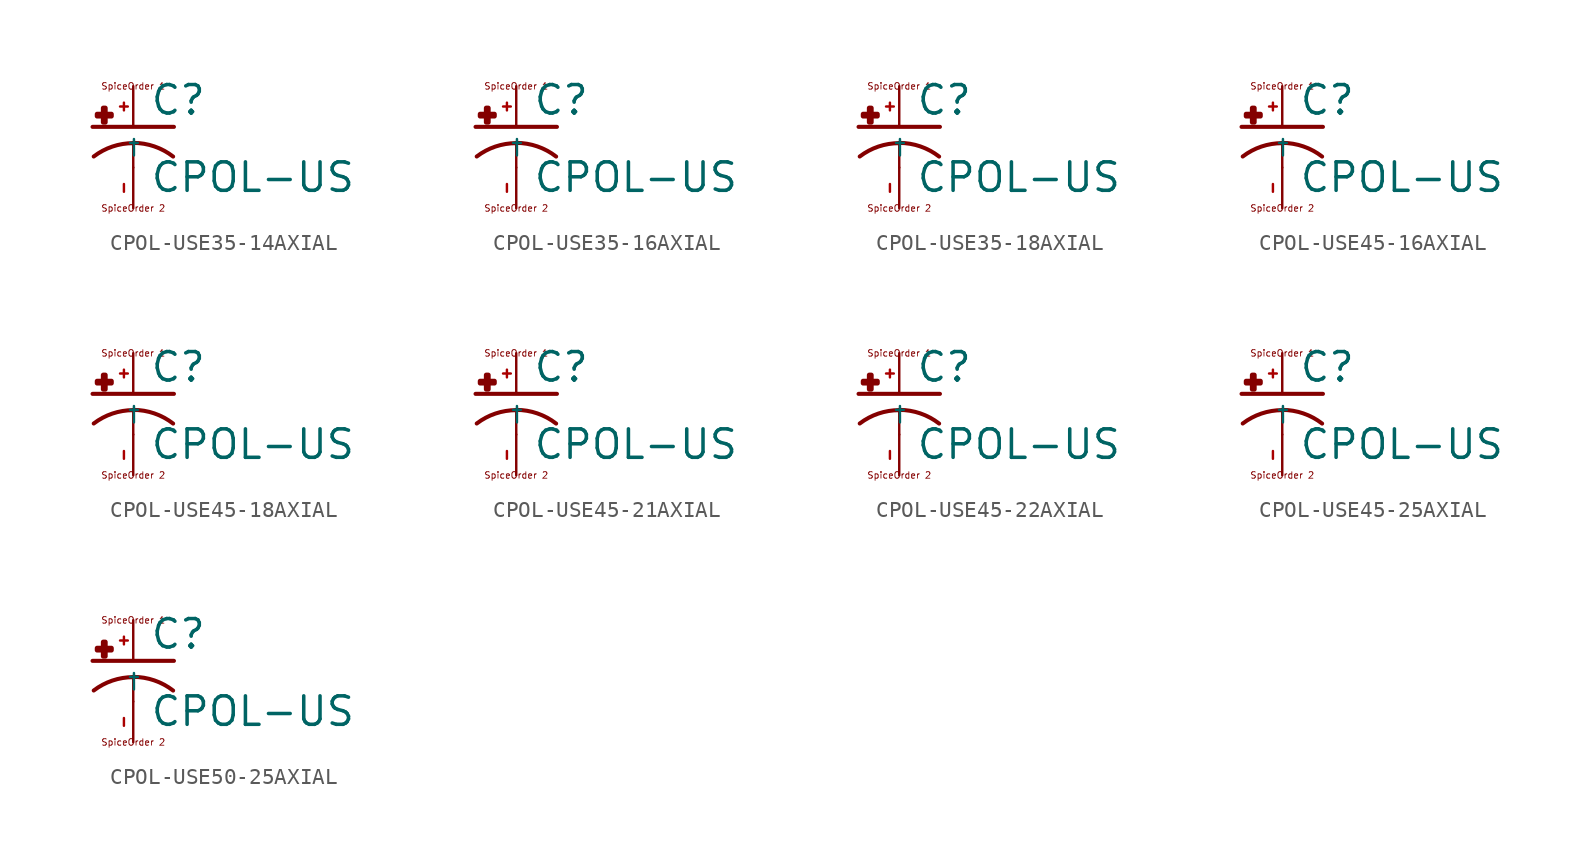
<source format=kicad_sym>
(kicad_symbol_lib
  (version 20220914)
  (generator Eagle2Kicad)
  (symbol "CPOL-USE35-14AXIAL"
    (property "Reference" "C"
      (at 1.016 0.635 0)
      (effects (font (size 1.778 1.778) (thickness 0.22)) (justify left bottom)))
    (property "Value" "CPOL-US"
      (at 1.016 -4.191 0)
      (effects (font (size 1.778 1.778) (thickness 0.22)) (justify left bottom)))
    (polyline
      (pts (xy -2.54 0) (xy 2.54 0))
      (stroke (width 0.254) (type default))
      (fill (type none)))
    (polyline
      (pts (xy 0 -1.016) (xy 0 -2.54))
      (stroke (width 0.152) (type default))
      (fill (type none)))
    (arc
      (start 2.4892 -1.8542)
      (mid 1.316 -1.220)
      (end 0 -1)
      (stroke (width 0.254) (type default))
      (fill (type none)))
    (arc
      (start 0 -1.0161)
      (mid -1.302 -1.230)
      (end -2.4669 -1.8504)
      (stroke (width 0.254) (type default))
      (fill (type none)))
    (text "SpiceOrder 1"
      (at 0 2.54 0)
      (effects (font (size 0.406 0.406) (thickness 0.05))))
    (text "SpiceOrder 2"
      (at 0 -5.08 0)
      (effects (font (size 0.406 0.406) (thickness 0.05))))
    (rectangle
      (start -2.253 0.668)
      (end -1.364 0.795)
      (stroke (width 0.3) (type default))
      (fill (type outline)))
    (rectangle
      (start -1.872 0.287)
      (end -1.745 1.176)
      (stroke (width 0.3) (type default))
      (fill (type outline)))
    (pin passive line
      (at 0 2.54 270)
      (length 2.54)
      (name "+" (effects (font (size 0.635 0.635) (thickness 0.08)) (justify left bottom)))
      (number "+" (effects (font (size 0.635 0.635) (thickness 0.08)) (justify left bottom))))
    (pin passive line
      (at 0 -5.08 90)
      (length 2.54)
      (name "-" (effects (font (size 0.635 0.635) (thickness 0.08)) (justify left bottom)))
      (number "-" (effects (font (size 0.635 0.635) (thickness 0.08)) (justify left bottom)))))
  (symbol "CPOL-USE35-16AXIAL"
    (property "Reference" "C"
      (at 1.016 0.635 0)
      (effects (font (size 1.778 1.778) (thickness 0.22)) (justify left bottom)))
    (property "Value" "CPOL-US"
      (at 1.016 -4.191 0)
      (effects (font (size 1.778 1.778) (thickness 0.22)) (justify left bottom)))
    (polyline
      (pts (xy -2.54 0) (xy 2.54 0))
      (stroke (width 0.254) (type default))
      (fill (type none)))
    (polyline
      (pts (xy 0 -1.016) (xy 0 -2.54))
      (stroke (width 0.152) (type default))
      (fill (type none)))
    (arc
      (start 2.4892 -1.8542)
      (mid 1.316 -1.220)
      (end 0 -1)
      (stroke (width 0.254) (type default))
      (fill (type none)))
    (arc
      (start 0 -1.0161)
      (mid -1.302 -1.230)
      (end -2.4669 -1.8504)
      (stroke (width 0.254) (type default))
      (fill (type none)))
    (text "SpiceOrder 1"
      (at 0 2.54 0)
      (effects (font (size 0.406 0.406) (thickness 0.05))))
    (text "SpiceOrder 2"
      (at 0 -5.08 0)
      (effects (font (size 0.406 0.406) (thickness 0.05))))
    (rectangle
      (start -2.253 0.668)
      (end -1.364 0.795)
      (stroke (width 0.3) (type default))
      (fill (type outline)))
    (rectangle
      (start -1.872 0.287)
      (end -1.745 1.176)
      (stroke (width 0.3) (type default))
      (fill (type outline)))
    (pin passive line
      (at 0 2.54 270)
      (length 2.54)
      (name "+" (effects (font (size 0.635 0.635) (thickness 0.08)) (justify left bottom)))
      (number "+" (effects (font (size 0.635 0.635) (thickness 0.08)) (justify left bottom))))
    (pin passive line
      (at 0 -5.08 90)
      (length 2.54)
      (name "-" (effects (font (size 0.635 0.635) (thickness 0.08)) (justify left bottom)))
      (number "-" (effects (font (size 0.635 0.635) (thickness 0.08)) (justify left bottom)))))
  (symbol "CPOL-USE35-18AXIAL"
    (property "Reference" "C"
      (at 1.016 0.635 0)
      (effects (font (size 1.778 1.778) (thickness 0.22)) (justify left bottom)))
    (property "Value" "CPOL-US"
      (at 1.016 -4.191 0)
      (effects (font (size 1.778 1.778) (thickness 0.22)) (justify left bottom)))
    (polyline
      (pts (xy -2.54 0) (xy 2.54 0))
      (stroke (width 0.254) (type default))
      (fill (type none)))
    (polyline
      (pts (xy 0 -1.016) (xy 0 -2.54))
      (stroke (width 0.152) (type default))
      (fill (type none)))
    (arc
      (start 2.4892 -1.8542)
      (mid 1.316 -1.220)
      (end 0 -1)
      (stroke (width 0.254) (type default))
      (fill (type none)))
    (arc
      (start 0 -1.0161)
      (mid -1.302 -1.230)
      (end -2.4669 -1.8504)
      (stroke (width 0.254) (type default))
      (fill (type none)))
    (text "SpiceOrder 1"
      (at 0 2.54 0)
      (effects (font (size 0.406 0.406) (thickness 0.05))))
    (text "SpiceOrder 2"
      (at 0 -5.08 0)
      (effects (font (size 0.406 0.406) (thickness 0.05))))
    (rectangle
      (start -2.253 0.668)
      (end -1.364 0.795)
      (stroke (width 0.3) (type default))
      (fill (type outline)))
    (rectangle
      (start -1.872 0.287)
      (end -1.745 1.176)
      (stroke (width 0.3) (type default))
      (fill (type outline)))
    (pin passive line
      (at 0 2.54 270)
      (length 2.54)
      (name "+" (effects (font (size 0.635 0.635) (thickness 0.08)) (justify left bottom)))
      (number "+" (effects (font (size 0.635 0.635) (thickness 0.08)) (justify left bottom))))
    (pin passive line
      (at 0 -5.08 90)
      (length 2.54)
      (name "-" (effects (font (size 0.635 0.635) (thickness 0.08)) (justify left bottom)))
      (number "-" (effects (font (size 0.635 0.635) (thickness 0.08)) (justify left bottom)))))
  (symbol "CPOL-USE45-16AXIAL"
    (property "Reference" "C"
      (at 1.016 0.635 0)
      (effects (font (size 1.778 1.778) (thickness 0.22)) (justify left bottom)))
    (property "Value" "CPOL-US"
      (at 1.016 -4.191 0)
      (effects (font (size 1.778 1.778) (thickness 0.22)) (justify left bottom)))
    (polyline
      (pts (xy -2.54 0) (xy 2.54 0))
      (stroke (width 0.254) (type default))
      (fill (type none)))
    (polyline
      (pts (xy 0 -1.016) (xy 0 -2.54))
      (stroke (width 0.152) (type default))
      (fill (type none)))
    (arc
      (start 2.4892 -1.8542)
      (mid 1.316 -1.220)
      (end 0 -1)
      (stroke (width 0.254) (type default))
      (fill (type none)))
    (arc
      (start 0 -1.0161)
      (mid -1.302 -1.230)
      (end -2.4669 -1.8504)
      (stroke (width 0.254) (type default))
      (fill (type none)))
    (text "SpiceOrder 1"
      (at 0 2.54 0)
      (effects (font (size 0.406 0.406) (thickness 0.05))))
    (text "SpiceOrder 2"
      (at 0 -5.08 0)
      (effects (font (size 0.406 0.406) (thickness 0.05))))
    (rectangle
      (start -2.253 0.668)
      (end -1.364 0.795)
      (stroke (width 0.3) (type default))
      (fill (type outline)))
    (rectangle
      (start -1.872 0.287)
      (end -1.745 1.176)
      (stroke (width 0.3) (type default))
      (fill (type outline)))
    (pin passive line
      (at 0 2.54 270)
      (length 2.54)
      (name "+" (effects (font (size 0.635 0.635) (thickness 0.08)) (justify left bottom)))
      (number "+" (effects (font (size 0.635 0.635) (thickness 0.08)) (justify left bottom))))
    (pin passive line
      (at 0 -5.08 90)
      (length 2.54)
      (name "-" (effects (font (size 0.635 0.635) (thickness 0.08)) (justify left bottom)))
      (number "-" (effects (font (size 0.635 0.635) (thickness 0.08)) (justify left bottom)))))
  (symbol "CPOL-USE45-18AXIAL"
    (property "Reference" "C"
      (at 1.016 0.635 0)
      (effects (font (size 1.778 1.778) (thickness 0.22)) (justify left bottom)))
    (property "Value" "CPOL-US"
      (at 1.016 -4.191 0)
      (effects (font (size 1.778 1.778) (thickness 0.22)) (justify left bottom)))
    (polyline
      (pts (xy -2.54 0) (xy 2.54 0))
      (stroke (width 0.254) (type default))
      (fill (type none)))
    (polyline
      (pts (xy 0 -1.016) (xy 0 -2.54))
      (stroke (width 0.152) (type default))
      (fill (type none)))
    (arc
      (start 2.4892 -1.8542)
      (mid 1.316 -1.220)
      (end 0 -1)
      (stroke (width 0.254) (type default))
      (fill (type none)))
    (arc
      (start 0 -1.0161)
      (mid -1.302 -1.230)
      (end -2.4669 -1.8504)
      (stroke (width 0.254) (type default))
      (fill (type none)))
    (text "SpiceOrder 1"
      (at 0 2.54 0)
      (effects (font (size 0.406 0.406) (thickness 0.05))))
    (text "SpiceOrder 2"
      (at 0 -5.08 0)
      (effects (font (size 0.406 0.406) (thickness 0.05))))
    (rectangle
      (start -2.253 0.668)
      (end -1.364 0.795)
      (stroke (width 0.3) (type default))
      (fill (type outline)))
    (rectangle
      (start -1.872 0.287)
      (end -1.745 1.176)
      (stroke (width 0.3) (type default))
      (fill (type outline)))
    (pin passive line
      (at 0 2.54 270)
      (length 2.54)
      (name "+" (effects (font (size 0.635 0.635) (thickness 0.08)) (justify left bottom)))
      (number "+" (effects (font (size 0.635 0.635) (thickness 0.08)) (justify left bottom))))
    (pin passive line
      (at 0 -5.08 90)
      (length 2.54)
      (name "-" (effects (font (size 0.635 0.635) (thickness 0.08)) (justify left bottom)))
      (number "-" (effects (font (size 0.635 0.635) (thickness 0.08)) (justify left bottom)))))
  (symbol "CPOL-USE45-21AXIAL"
    (property "Reference" "C"
      (at 1.016 0.635 0)
      (effects (font (size 1.778 1.778) (thickness 0.22)) (justify left bottom)))
    (property "Value" "CPOL-US"
      (at 1.016 -4.191 0)
      (effects (font (size 1.778 1.778) (thickness 0.22)) (justify left bottom)))
    (polyline
      (pts (xy -2.54 0) (xy 2.54 0))
      (stroke (width 0.254) (type default))
      (fill (type none)))
    (polyline
      (pts (xy 0 -1.016) (xy 0 -2.54))
      (stroke (width 0.152) (type default))
      (fill (type none)))
    (arc
      (start 2.4892 -1.8542)
      (mid 1.316 -1.220)
      (end 0 -1)
      (stroke (width 0.254) (type default))
      (fill (type none)))
    (arc
      (start 0 -1.0161)
      (mid -1.302 -1.230)
      (end -2.4669 -1.8504)
      (stroke (width 0.254) (type default))
      (fill (type none)))
    (text "SpiceOrder 1"
      (at 0 2.54 0)
      (effects (font (size 0.406 0.406) (thickness 0.05))))
    (text "SpiceOrder 2"
      (at 0 -5.08 0)
      (effects (font (size 0.406 0.406) (thickness 0.05))))
    (rectangle
      (start -2.253 0.668)
      (end -1.364 0.795)
      (stroke (width 0.3) (type default))
      (fill (type outline)))
    (rectangle
      (start -1.872 0.287)
      (end -1.745 1.176)
      (stroke (width 0.3) (type default))
      (fill (type outline)))
    (pin passive line
      (at 0 2.54 270)
      (length 2.54)
      (name "+" (effects (font (size 0.635 0.635) (thickness 0.08)) (justify left bottom)))
      (number "+" (effects (font (size 0.635 0.635) (thickness 0.08)) (justify left bottom))))
    (pin passive line
      (at 0 -5.08 90)
      (length 2.54)
      (name "-" (effects (font (size 0.635 0.635) (thickness 0.08)) (justify left bottom)))
      (number "-" (effects (font (size 0.635 0.635) (thickness 0.08)) (justify left bottom)))))
  (symbol "CPOL-USE45-22AXIAL"
    (property "Reference" "C"
      (at 1.016 0.635 0)
      (effects (font (size 1.778 1.778) (thickness 0.22)) (justify left bottom)))
    (property "Value" "CPOL-US"
      (at 1.016 -4.191 0)
      (effects (font (size 1.778 1.778) (thickness 0.22)) (justify left bottom)))
    (polyline
      (pts (xy -2.54 0) (xy 2.54 0))
      (stroke (width 0.254) (type default))
      (fill (type none)))
    (polyline
      (pts (xy 0 -1.016) (xy 0 -2.54))
      (stroke (width 0.152) (type default))
      (fill (type none)))
    (arc
      (start 2.4892 -1.8542)
      (mid 1.316 -1.220)
      (end 0 -1)
      (stroke (width 0.254) (type default))
      (fill (type none)))
    (arc
      (start 0 -1.0161)
      (mid -1.302 -1.230)
      (end -2.4669 -1.8504)
      (stroke (width 0.254) (type default))
      (fill (type none)))
    (text "SpiceOrder 1"
      (at 0 2.54 0)
      (effects (font (size 0.406 0.406) (thickness 0.05))))
    (text "SpiceOrder 2"
      (at 0 -5.08 0)
      (effects (font (size 0.406 0.406) (thickness 0.05))))
    (rectangle
      (start -2.253 0.668)
      (end -1.364 0.795)
      (stroke (width 0.3) (type default))
      (fill (type outline)))
    (rectangle
      (start -1.872 0.287)
      (end -1.745 1.176)
      (stroke (width 0.3) (type default))
      (fill (type outline)))
    (pin passive line
      (at 0 2.54 270)
      (length 2.54)
      (name "+" (effects (font (size 0.635 0.635) (thickness 0.08)) (justify left bottom)))
      (number "+" (effects (font (size 0.635 0.635) (thickness 0.08)) (justify left bottom))))
    (pin passive line
      (at 0 -5.08 90)
      (length 2.54)
      (name "-" (effects (font (size 0.635 0.635) (thickness 0.08)) (justify left bottom)))
      (number "-" (effects (font (size 0.635 0.635) (thickness 0.08)) (justify left bottom)))))
  (symbol "CPOL-USE45-25AXIAL"
    (property "Reference" "C"
      (at 1.016 0.635 0)
      (effects (font (size 1.778 1.778) (thickness 0.22)) (justify left bottom)))
    (property "Value" "CPOL-US"
      (at 1.016 -4.191 0)
      (effects (font (size 1.778 1.778) (thickness 0.22)) (justify left bottom)))
    (polyline
      (pts (xy -2.54 0) (xy 2.54 0))
      (stroke (width 0.254) (type default))
      (fill (type none)))
    (polyline
      (pts (xy 0 -1.016) (xy 0 -2.54))
      (stroke (width 0.152) (type default))
      (fill (type none)))
    (arc
      (start 2.4892 -1.8542)
      (mid 1.316 -1.220)
      (end 0 -1)
      (stroke (width 0.254) (type default))
      (fill (type none)))
    (arc
      (start 0 -1.0161)
      (mid -1.302 -1.230)
      (end -2.4669 -1.8504)
      (stroke (width 0.254) (type default))
      (fill (type none)))
    (text "SpiceOrder 1"
      (at 0 2.54 0)
      (effects (font (size 0.406 0.406) (thickness 0.05))))
    (text "SpiceOrder 2"
      (at 0 -5.08 0)
      (effects (font (size 0.406 0.406) (thickness 0.05))))
    (rectangle
      (start -2.253 0.668)
      (end -1.364 0.795)
      (stroke (width 0.3) (type default))
      (fill (type outline)))
    (rectangle
      (start -1.872 0.287)
      (end -1.745 1.176)
      (stroke (width 0.3) (type default))
      (fill (type outline)))
    (pin passive line
      (at 0 2.54 270)
      (length 2.54)
      (name "+" (effects (font (size 0.635 0.635) (thickness 0.08)) (justify left bottom)))
      (number "+" (effects (font (size 0.635 0.635) (thickness 0.08)) (justify left bottom))))
    (pin passive line
      (at 0 -5.08 90)
      (length 2.54)
      (name "-" (effects (font (size 0.635 0.635) (thickness 0.08)) (justify left bottom)))
      (number "-" (effects (font (size 0.635 0.635) (thickness 0.08)) (justify left bottom)))))
  (symbol "CPOL-USE50-25AXIAL"
    (property "Reference" "C"
      (at 1.016 0.635 0)
      (effects (font (size 1.778 1.778) (thickness 0.22)) (justify left bottom)))
    (property "Value" "CPOL-US"
      (at 1.016 -4.191 0)
      (effects (font (size 1.778 1.778) (thickness 0.22)) (justify left bottom)))
    (polyline
      (pts (xy -2.54 0) (xy 2.54 0))
      (stroke (width 0.254) (type default))
      (fill (type none)))
    (polyline
      (pts (xy 0 -1.016) (xy 0 -2.54))
      (stroke (width 0.152) (type default))
      (fill (type none)))
    (arc
      (start 2.4892 -1.8542)
      (mid 1.316 -1.220)
      (end 0 -1)
      (stroke (width 0.254) (type default))
      (fill (type none)))
    (arc
      (start 0 -1.0161)
      (mid -1.302 -1.230)
      (end -2.4669 -1.8504)
      (stroke (width 0.254) (type default))
      (fill (type none)))
    (text "SpiceOrder 1"
      (at 0 2.54 0)
      (effects (font (size 0.406 0.406) (thickness 0.05))))
    (text "SpiceOrder 2"
      (at 0 -5.08 0)
      (effects (font (size 0.406 0.406) (thickness 0.05))))
    (rectangle
      (start -2.253 0.668)
      (end -1.364 0.795)
      (stroke (width 0.3) (type default))
      (fill (type outline)))
    (rectangle
      (start -1.872 0.287)
      (end -1.745 1.176)
      (stroke (width 0.3) (type default))
      (fill (type outline)))
    (pin passive line
      (at 0 2.54 270)
      (length 2.54)
      (name "+" (effects (font (size 0.635 0.635) (thickness 0.08)) (justify left bottom)))
      (number "+" (effects (font (size 0.635 0.635) (thickness 0.08)) (justify left bottom))))
    (pin passive line
      (at 0 -5.08 90)
      (length 2.54)
      (name "-" (effects (font (size 0.635 0.635) (thickness 0.08)) (justify left bottom)))
      (number "-" (effects (font (size 0.635 0.635) (thickness 0.08)) (justify left bottom))))))
</source>
